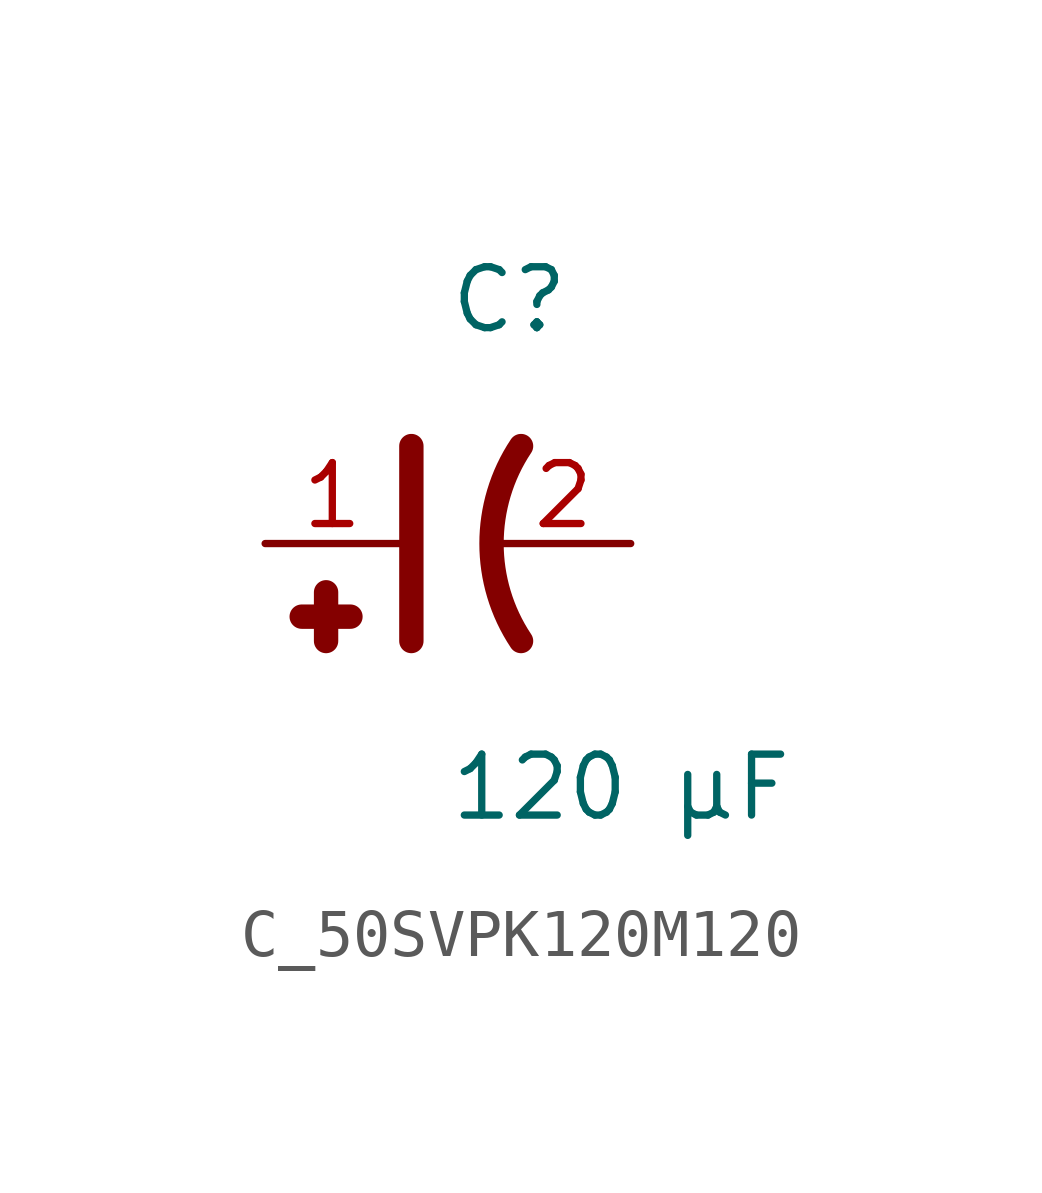
<source format=kicad_sym>
(kicad_symbol_lib
  (version 20231120)
  (generator kicad_symbol_editor)
  (generator_version 8.0)
  (symbol "C_50SVPK120M120"
    (pin_names
      (offset 0.254))
    (property "Reference" "C"
      (at 0 5.08 0)
      (effects (font (size 1.27 1.27)) (justify left)))
    (property "Value" "120 µF"
      (at 0 -5.08 0)
      (effects (font (size 1.27 1.27)) (justify left)))
    (symbol "C_50SVPK120M120_0_1"
      (polyline (pts (xy -0.762 -2.032) (xy -0.762 2.032)) (stroke (width 0.508) (type default)) (fill (type none)))
      (polyline (pts (xy -2.54 -1.016) (xy -2.54 -2.032)) (stroke (width 0.508) (type default)) (fill (type none)))
      (polyline (pts (xy -2.032 -1.524) (xy -3.048 -1.524)) (stroke (width 0.508) (type default)) (fill (type none)))
      (arc (start 1.524 2.032) (mid 0.9088 0) (end 1.524 -2.032) (stroke (width 0.508) (type default)) (fill (type none))))
    (pin unspecified line
      (at -3.81 0 0)
      (length 2.8)
      (name "" (effects (font (size 1.27 1.27))))
      (number "1" (effects (font (size 1.27 1.27)))))
    (pin unspecified line
      (at 3.81 0 180)
      (length 2.8)
      (name "" (effects (font (size 1.27 1.27))))
      (number "2" (effects (font (size 1.27 1.27)))))))
</source>
